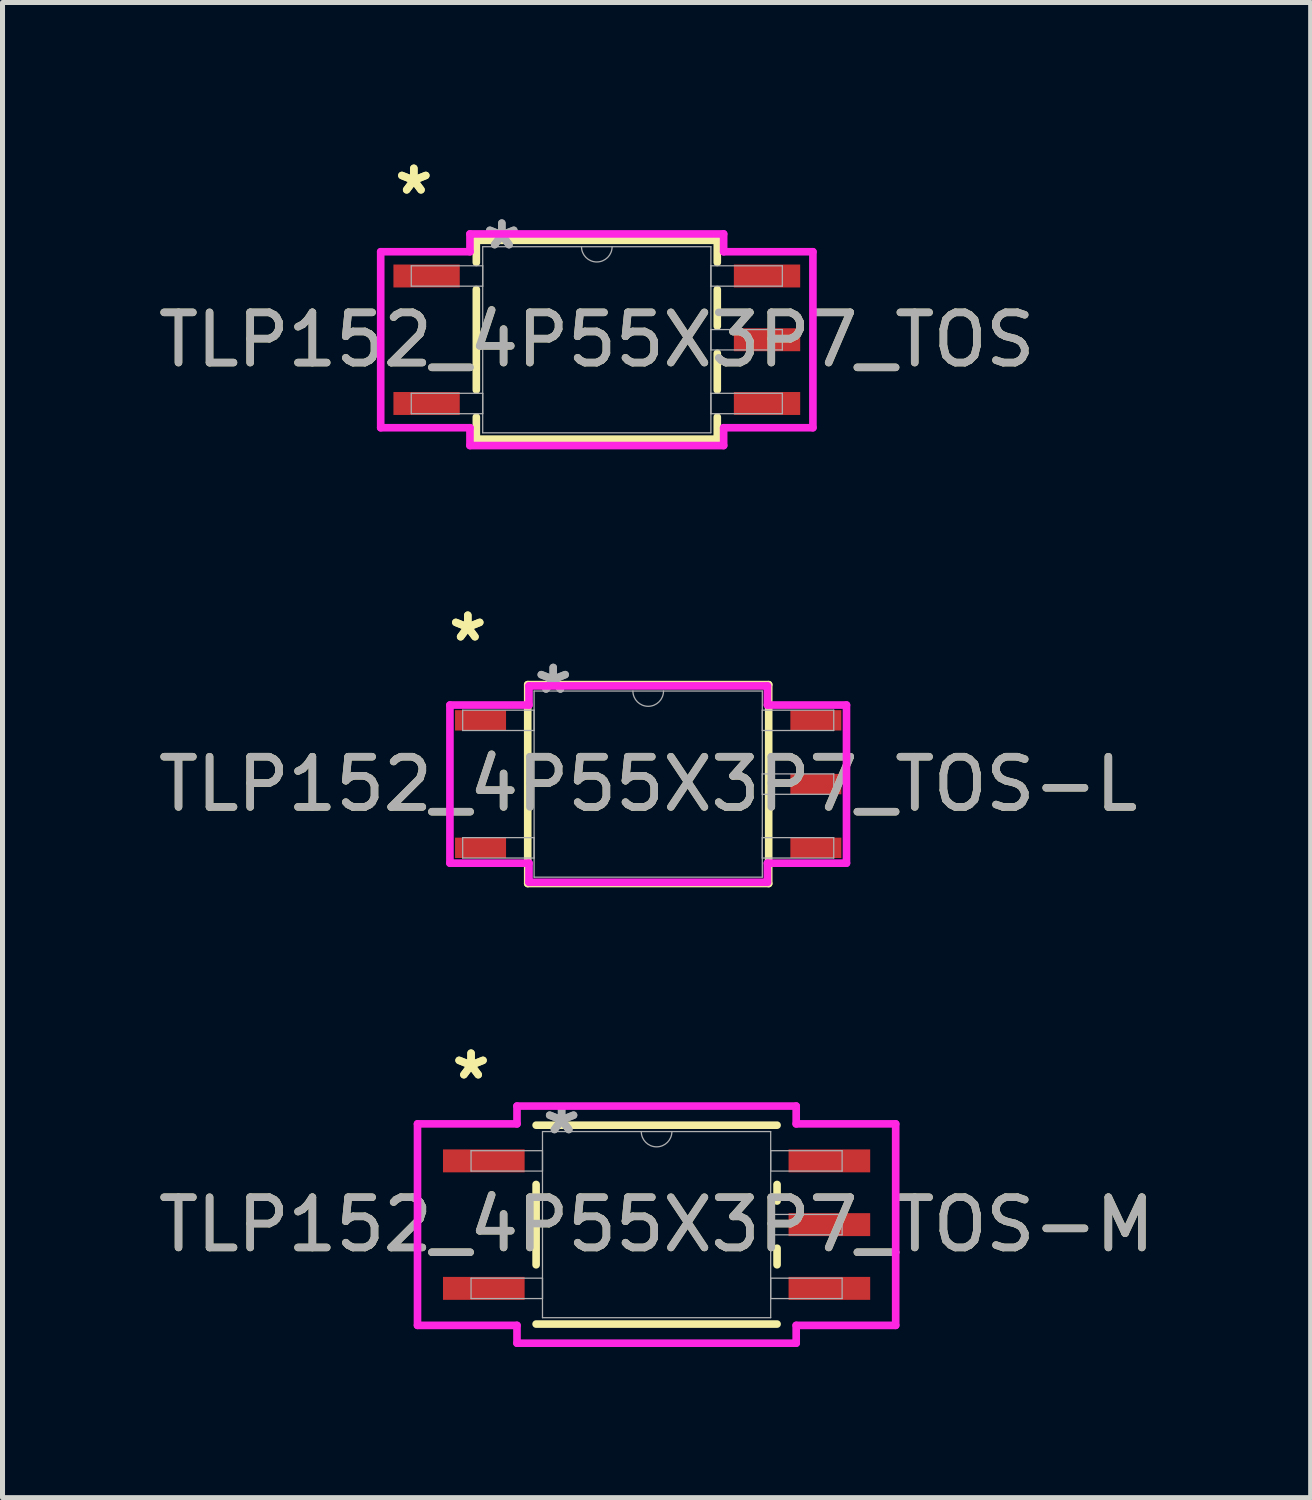
<source format=kicad_pcb>
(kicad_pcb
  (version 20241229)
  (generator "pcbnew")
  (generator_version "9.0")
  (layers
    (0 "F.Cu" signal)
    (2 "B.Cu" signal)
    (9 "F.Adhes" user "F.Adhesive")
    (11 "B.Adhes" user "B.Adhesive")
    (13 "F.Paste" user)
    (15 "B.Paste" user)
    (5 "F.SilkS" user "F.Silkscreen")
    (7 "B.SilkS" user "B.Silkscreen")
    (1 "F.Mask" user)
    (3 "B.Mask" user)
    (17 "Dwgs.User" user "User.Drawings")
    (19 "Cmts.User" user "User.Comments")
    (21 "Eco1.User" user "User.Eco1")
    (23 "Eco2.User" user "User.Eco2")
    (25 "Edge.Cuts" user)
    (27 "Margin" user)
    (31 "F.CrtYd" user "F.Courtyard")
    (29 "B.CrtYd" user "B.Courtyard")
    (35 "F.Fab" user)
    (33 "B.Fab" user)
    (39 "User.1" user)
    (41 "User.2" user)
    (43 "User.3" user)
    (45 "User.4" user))
  (footprint "TLP152_4P55X3P7_TOS"
    (layer "F.Cu")
    (at 8.839 3.718)
    (property "Reference" "TLP152_4P55X3P7_TOS" (at 0 0 0) (unlocked yes) (layer "F.SilkS") (effects (font (size 1 1) (thickness 0.15))))
    (attr smd)
    (fp_line (start -2.4 -1.981) (end -2.4 -1.54) (stroke (width 0.152) (type solid)) (layer "F.SilkS"))
    (fp_line (start -2.4 -1) (end -2.4 1) (stroke (width 0.152) (type solid)) (layer "F.SilkS"))
    (fp_line (start -2.4 1.54) (end -2.4 1.981) (stroke (width 0.152) (type solid)) (layer "F.SilkS"))
    (fp_line (start -2.4 1.981) (end 2.4 1.981) (stroke (width 0.152) (type solid)) (layer "F.SilkS"))
    (fp_line (start 2.4 -1.981) (end -2.4 -1.981) (stroke (width 0.152) (type solid)) (layer "F.SilkS"))
    (fp_line (start 2.4 -1.54) (end 2.4 -1.981) (stroke (width 0.152) (type solid)) (layer "F.SilkS"))
    (fp_line (start 2.4 -0.27) (end 2.4 -1) (stroke (width 0.152) (type solid)) (layer "F.SilkS"))
    (fp_line (start 2.4 1) (end 2.4 0.27) (stroke (width 0.152) (type solid)) (layer "F.SilkS"))
    (fp_line (start 2.4 1.981) (end 2.4 1.54) (stroke (width 0.152) (type solid)) (layer "F.SilkS"))
    (fp_line (start -4.305 -1.753) (end -2.527 -1.753) (stroke (width 0.152) (type solid)) (layer "F.CrtYd"))
    (fp_line (start -4.305 1.753) (end -4.305 -1.753) (stroke (width 0.152) (type solid)) (layer "F.CrtYd"))
    (fp_line (start -4.305 1.753) (end -2.527 1.753) (stroke (width 0.152) (type solid)) (layer "F.CrtYd"))
    (fp_line (start -2.527 -2.108) (end 2.527 -2.108) (stroke (width 0.152) (type solid)) (layer "F.CrtYd"))
    (fp_line (start -2.527 -1.753) (end -2.527 -2.108) (stroke (width 0.152) (type solid)) (layer "F.CrtYd"))
    (fp_line (start -2.527 2.108) (end -2.527 1.753) (stroke (width 0.152) (type solid)) (layer "F.CrtYd"))
    (fp_line (start 2.527 -2.108) (end 2.527 -1.753) (stroke (width 0.152) (type solid)) (layer "F.CrtYd"))
    (fp_line (start 2.527 1.753) (end 2.527 2.108) (stroke (width 0.152) (type solid)) (layer "F.CrtYd"))
    (fp_line (start 2.527 2.108) (end -2.527 2.108) (stroke (width 0.152) (type solid)) (layer "F.CrtYd"))
    (fp_line (start 4.305 -1.753) (end 2.527 -1.753) (stroke (width 0.152) (type solid)) (layer "F.CrtYd"))
    (fp_line (start 4.305 -1.753) (end 4.305 1.753) (stroke (width 0.152) (type solid)) (layer "F.CrtYd"))
    (fp_line (start 4.305 1.753) (end 2.527 1.753) (stroke (width 0.152) (type solid)) (layer "F.CrtYd"))
    (fp_line (start -3.696 -1.473) (end -3.696 -1.067) (stroke (width 0.025) (type solid)) (layer "F.Fab"))
    (fp_line (start -3.696 -1.067) (end -2.273 -1.067) (stroke (width 0.025) (type solid)) (layer "F.Fab"))
    (fp_line (start -3.696 1.067) (end -3.696 1.473) (stroke (width 0.025) (type solid)) (layer "F.Fab"))
    (fp_line (start -3.696 1.473) (end -2.273 1.473) (stroke (width 0.025) (type solid)) (layer "F.Fab"))
    (fp_line (start -2.273 -1.854) (end -2.273 1.854) (stroke (width 0.025) (type solid)) (layer "F.Fab"))
    (fp_line (start -2.273 -1.473) (end -3.696 -1.473) (stroke (width 0.025) (type solid)) (layer "F.Fab"))
    (fp_line (start -2.273 -1.067) (end -2.273 -1.473) (stroke (width 0.025) (type solid)) (layer "F.Fab"))
    (fp_line (start -2.273 1.067) (end -3.696 1.067) (stroke (width 0.025) (type solid)) (layer "F.Fab"))
    (fp_line (start -2.273 1.473) (end -2.273 1.067) (stroke (width 0.025) (type solid)) (layer "F.Fab"))
    (fp_line (start -2.273 1.854) (end 2.273 1.854) (stroke (width 0.025) (type solid)) (layer "F.Fab"))
    (fp_line (start 2.273 -1.854) (end -2.273 -1.854) (stroke (width 0.025) (type solid)) (layer "F.Fab"))
    (fp_line (start 2.273 -1.473) (end 2.273 -1.067) (stroke (width 0.025) (type solid)) (layer "F.Fab"))
    (fp_line (start 2.273 -1.067) (end 3.696 -1.067) (stroke (width 0.025) (type solid)) (layer "F.Fab"))
    (fp_line (start 2.273 -0.203) (end 2.273 0.203) (stroke (width 0.025) (type solid)) (layer "F.Fab"))
    (fp_line (start 2.273 0.203) (end 3.696 0.203) (stroke (width 0.025) (type solid)) (layer "F.Fab"))
    (fp_line (start 2.273 1.067) (end 2.273 1.473) (stroke (width 0.025) (type solid)) (layer "F.Fab"))
    (fp_line (start 2.273 1.473) (end 3.696 1.473) (stroke (width 0.025) (type solid)) (layer "F.Fab"))
    (fp_line (start 2.273 1.854) (end 2.273 -1.854) (stroke (width 0.025) (type solid)) (layer "F.Fab"))
    (fp_line (start 3.696 -1.473) (end 2.273 -1.473) (stroke (width 0.025) (type solid)) (layer "F.Fab"))
    (fp_line (start 3.696 -1.067) (end 3.696 -1.473) (stroke (width 0.025) (type solid)) (layer "F.Fab"))
    (fp_line (start 3.696 -0.203) (end 2.273 -0.203) (stroke (width 0.025) (type solid)) (layer "F.Fab"))
    (fp_line (start 3.696 0.203) (end 3.696 -0.203) (stroke (width 0.025) (type solid)) (layer "F.Fab"))
    (fp_line (start 3.696 1.067) (end 2.273 1.067) (stroke (width 0.025) (type solid)) (layer "F.Fab"))
    (fp_line (start 3.696 1.473) (end 3.696 1.067) (stroke (width 0.025) (type solid)) (layer "F.Fab"))
    (fp_arc (start 0.3048 -1.8542) (mid 0 -1.5494) (end -0.3048 -1.8542) (stroke (width 0.0254) (type solid)) (layer "F.Fab"))
    (fp_text user "*" (at -3.645 -2.87 0) (unlocked yes) (layer "F.SilkS") (effects (font (size 1 1) (thickness 0.15))))
    (fp_text user "*" (at -3.645 -2.87 0) (layer "F.SilkS") (effects (font (size 1 1) (thickness 0.15))))
    (fp_text user "*" (at -1.892 -1.778 0) (layer "F.Fab") (effects (font (size 1 1) (thickness 0.15))))
    (fp_text user "*" (at -1.892 -1.778 0) (unlocked yes) (layer "F.Fab") (effects (font (size 1 1) (thickness 0.15))))
    (fp_text user "${REFERENCE}" (at 0 0 0) (unlocked yes) (layer "F.Fab") (effects (font (size 1 1) (thickness 0.15))))
    (pad "1" smd rect (at -3.391 -1.27) (size 1.321 0.457) (layers "F.Cu" "F.Mask" "F.Paste"))
    (pad "3" smd rect (at -3.391 1.27) (size 1.321 0.457) (layers "F.Cu" "F.Mask" "F.Paste"))
    (pad "4" smd rect (at 3.391 1.27) (size 1.321 0.457) (layers "F.Cu" "F.Mask" "F.Paste"))
    (pad "5" smd rect (at 3.391 0) (size 1.321 0.457) (layers "F.Cu" "F.Mask" "F.Paste"))
    (pad "6" smd rect (at 3.391 -1.27) (size 1.321 0.457) (layers "F.Cu" "F.Mask" "F.Paste")))
  (footprint "TLP152_4P55X3P7_TOS-M"
    (layer "F.Cu")
    (at 10.03 21.346)
    (property "Reference" "TLP152_4P55X3P7_TOS-M" (at 0 0 0) (unlocked yes) (layer "F.SilkS") (effects (font (size 1 1) (thickness 0.15))))
    (attr smd)
    (fp_line (start -2.4 -0.8) (end -2.4 0.8) (stroke (width 0.152) (type solid)) (layer "F.SilkS"))
    (fp_line (start -2.4 1.981) (end 2.4 1.981) (stroke (width 0.152) (type solid)) (layer "F.SilkS"))
    (fp_line (start 2.4 -1.981) (end -2.4 -1.981) (stroke (width 0.152) (type solid)) (layer "F.SilkS"))
    (fp_line (start 2.4 -0.47) (end 2.4 -0.8) (stroke (width 0.152) (type solid)) (layer "F.SilkS"))
    (fp_line (start 2.4 0.8) (end 2.4 0.47) (stroke (width 0.152) (type solid)) (layer "F.SilkS"))
    (fp_line (start -4.763 -2.007) (end -2.781 -2.007) (stroke (width 0.152) (type solid)) (layer "F.CrtYd"))
    (fp_line (start -4.763 2.007) (end -4.763 -2.007) (stroke (width 0.152) (type solid)) (layer "F.CrtYd"))
    (fp_line (start -4.763 2.007) (end -2.781 2.007) (stroke (width 0.152) (type solid)) (layer "F.CrtYd"))
    (fp_line (start -2.781 -2.362) (end 2.781 -2.362) (stroke (width 0.152) (type solid)) (layer "F.CrtYd"))
    (fp_line (start -2.781 -2.007) (end -2.781 -2.362) (stroke (width 0.152) (type solid)) (layer "F.CrtYd"))
    (fp_line (start -2.781 2.362) (end -2.781 2.007) (stroke (width 0.152) (type solid)) (layer "F.CrtYd"))
    (fp_line (start 2.781 -2.362) (end 2.781 -2.007) (stroke (width 0.152) (type solid)) (layer "F.CrtYd"))
    (fp_line (start 2.781 2.007) (end 2.781 2.362) (stroke (width 0.152) (type solid)) (layer "F.CrtYd"))
    (fp_line (start 2.781 2.362) (end -2.781 2.362) (stroke (width 0.152) (type solid)) (layer "F.CrtYd"))
    (fp_line (start 4.763 -2.007) (end 2.781 -2.007) (stroke (width 0.152) (type solid)) (layer "F.CrtYd"))
    (fp_line (start 4.763 -2.007) (end 4.763 2.007) (stroke (width 0.152) (type solid)) (layer "F.CrtYd"))
    (fp_line (start 4.763 2.007) (end 2.781 2.007) (stroke (width 0.152) (type solid)) (layer "F.CrtYd"))
    (fp_line (start -3.696 -1.473) (end -3.696 -1.067) (stroke (width 0.025) (type solid)) (layer "F.Fab"))
    (fp_line (start -3.696 -1.067) (end -2.273 -1.067) (stroke (width 0.025) (type solid)) (layer "F.Fab"))
    (fp_line (start -3.696 1.067) (end -3.696 1.473) (stroke (width 0.025) (type solid)) (layer "F.Fab"))
    (fp_line (start -3.696 1.473) (end -2.273 1.473) (stroke (width 0.025) (type solid)) (layer "F.Fab"))
    (fp_line (start -2.273 -1.854) (end -2.273 1.854) (stroke (width 0.025) (type solid)) (layer "F.Fab"))
    (fp_line (start -2.273 -1.473) (end -3.696 -1.473) (stroke (width 0.025) (type solid)) (layer "F.Fab"))
    (fp_line (start -2.273 -1.067) (end -2.273 -1.473) (stroke (width 0.025) (type solid)) (layer "F.Fab"))
    (fp_line (start -2.273 1.067) (end -3.696 1.067) (stroke (width 0.025) (type solid)) (layer "F.Fab"))
    (fp_line (start -2.273 1.473) (end -2.273 1.067) (stroke (width 0.025) (type solid)) (layer "F.Fab"))
    (fp_line (start -2.273 1.854) (end 2.273 1.854) (stroke (width 0.025) (type solid)) (layer "F.Fab"))
    (fp_line (start 2.273 -1.854) (end -2.273 -1.854) (stroke (width 0.025) (type solid)) (layer "F.Fab"))
    (fp_line (start 2.273 -1.473) (end 2.273 -1.067) (stroke (width 0.025) (type solid)) (layer "F.Fab"))
    (fp_line (start 2.273 -1.067) (end 3.696 -1.067) (stroke (width 0.025) (type solid)) (layer "F.Fab"))
    (fp_line (start 2.273 -0.203) (end 2.273 0.203) (stroke (width 0.025) (type solid)) (layer "F.Fab"))
    (fp_line (start 2.273 0.203) (end 3.696 0.203) (stroke (width 0.025) (type solid)) (layer "F.Fab"))
    (fp_line (start 2.273 1.067) (end 2.273 1.473) (stroke (width 0.025) (type solid)) (layer "F.Fab"))
    (fp_line (start 2.273 1.473) (end 3.696 1.473) (stroke (width 0.025) (type solid)) (layer "F.Fab"))
    (fp_line (start 2.273 1.854) (end 2.273 -1.854) (stroke (width 0.025) (type solid)) (layer "F.Fab"))
    (fp_line (start 3.696 -1.473) (end 2.273 -1.473) (stroke (width 0.025) (type solid)) (layer "F.Fab"))
    (fp_line (start 3.696 -1.067) (end 3.696 -1.473) (stroke (width 0.025) (type solid)) (layer "F.Fab"))
    (fp_line (start 3.696 -0.203) (end 2.273 -0.203) (stroke (width 0.025) (type solid)) (layer "F.Fab"))
    (fp_line (start 3.696 0.203) (end 3.696 -0.203) (stroke (width 0.025) (type solid)) (layer "F.Fab"))
    (fp_line (start 3.696 1.067) (end 2.273 1.067) (stroke (width 0.025) (type solid)) (layer "F.Fab"))
    (fp_line (start 3.696 1.473) (end 3.696 1.067) (stroke (width 0.025) (type solid)) (layer "F.Fab"))
    (fp_arc (start 0.3048 -1.8542) (mid 0 -1.5494) (end -0.3048 -1.8542) (stroke (width 0.0254) (type solid)) (layer "F.Fab"))
    (fp_text user "*" (at -3.696 -2.87 0) (unlocked yes) (layer "F.SilkS") (effects (font (size 1 1) (thickness 0.15))))
    (fp_text user "*" (at -3.696 -2.87 0) (layer "F.SilkS") (effects (font (size 1 1) (thickness 0.15))))
    (fp_text user "*" (at -1.892 -1.778 0) (unlocked yes) (layer "F.Fab") (effects (font (size 1 1) (thickness 0.15))))
    (fp_text user "${REFERENCE}" (at 0 0 0) (unlocked yes) (layer "F.Fab") (effects (font (size 1 1) (thickness 0.15))))
    (fp_text user "*" (at -1.892 -1.778 0) (layer "F.Fab") (effects (font (size 1 1) (thickness 0.15))))
    (pad "1" smd rect (at -3.442 -1.27) (size 1.626 0.457) (layers "F.Cu" "F.Mask" "F.Paste"))
    (pad "3" smd rect (at -3.442 1.27) (size 1.626 0.457) (layers "F.Cu" "F.Mask" "F.Paste"))
    (pad "4" smd rect (at 3.442 1.27) (size 1.626 0.457) (layers "F.Cu" "F.Mask" "F.Paste"))
    (pad "5" smd rect (at 3.442 0) (size 1.626 0.457) (layers "F.Cu" "F.Mask" "F.Paste"))
    (pad "6" smd rect (at 3.442 -1.27) (size 1.626 0.457) (layers "F.Cu" "F.Mask" "F.Paste")))
  (footprint "TLP152_4P55X3P7_TOS-L"
    (layer "F.Cu")
    (at 9.863 12.57)
    (property "Reference" "TLP152_4P55X3P7_TOS-L" (at 0 0 0) (unlocked yes) (layer "F.SilkS") (effects (font (size 1 1) (thickness 0.15))))
    (attr smd)
    (fp_line (start -2.4 -1.981) (end -2.4 1.981) (stroke (width 0.152) (type solid)) (layer "F.SilkS"))
    (fp_line (start -2.4 1.981) (end 2.4 1.981) (stroke (width 0.152) (type solid)) (layer "F.SilkS"))
    (fp_line (start 2.4 -1.981) (end -2.4 -1.981) (stroke (width 0.152) (type solid)) (layer "F.SilkS"))
    (fp_line (start 2.4 1.981) (end 2.4 -1.981) (stroke (width 0.152) (type solid)) (layer "F.SilkS"))
    (fp_line (start -3.95 -1.575) (end -2.375 -1.575) (stroke (width 0.152) (type solid)) (layer "F.CrtYd"))
    (fp_line (start -3.95 1.575) (end -3.95 -1.575) (stroke (width 0.152) (type solid)) (layer "F.CrtYd"))
    (fp_line (start -3.95 1.575) (end -2.375 1.575) (stroke (width 0.152) (type solid)) (layer "F.CrtYd"))
    (fp_line (start -2.375 -1.956) (end 2.375 -1.956) (stroke (width 0.152) (type solid)) (layer "F.CrtYd"))
    (fp_line (start -2.375 -1.575) (end -2.375 -1.956) (stroke (width 0.152) (type solid)) (layer "F.CrtYd"))
    (fp_line (start -2.375 1.956) (end -2.375 1.575) (stroke (width 0.152) (type solid)) (layer "F.CrtYd"))
    (fp_line (start 2.375 -1.956) (end 2.375 -1.575) (stroke (width 0.152) (type solid)) (layer "F.CrtYd"))
    (fp_line (start 2.375 1.575) (end 2.375 1.956) (stroke (width 0.152) (type solid)) (layer "F.CrtYd"))
    (fp_line (start 2.375 1.956) (end -2.375 1.956) (stroke (width 0.152) (type solid)) (layer "F.CrtYd"))
    (fp_line (start 3.95 -1.575) (end 2.375 -1.575) (stroke (width 0.152) (type solid)) (layer "F.CrtYd"))
    (fp_line (start 3.95 -1.575) (end 3.95 1.575) (stroke (width 0.152) (type solid)) (layer "F.CrtYd"))
    (fp_line (start 3.95 1.575) (end 2.375 1.575) (stroke (width 0.152) (type solid)) (layer "F.CrtYd"))
    (fp_line (start -3.696 -1.473) (end -3.696 -1.067) (stroke (width 0.025) (type solid)) (layer "F.Fab"))
    (fp_line (start -3.696 -1.067) (end -2.273 -1.067) (stroke (width 0.025) (type solid)) (layer "F.Fab"))
    (fp_line (start -3.696 1.067) (end -3.696 1.473) (stroke (width 0.025) (type solid)) (layer "F.Fab"))
    (fp_line (start -3.696 1.473) (end -2.273 1.473) (stroke (width 0.025) (type solid)) (layer "F.Fab"))
    (fp_line (start -2.273 -1.854) (end -2.273 1.854) (stroke (width 0.025) (type solid)) (layer "F.Fab"))
    (fp_line (start -2.273 -1.473) (end -3.696 -1.473) (stroke (width 0.025) (type solid)) (layer "F.Fab"))
    (fp_line (start -2.273 -1.067) (end -2.273 -1.473) (stroke (width 0.025) (type solid)) (layer "F.Fab"))
    (fp_line (start -2.273 1.067) (end -3.696 1.067) (stroke (width 0.025) (type solid)) (layer "F.Fab"))
    (fp_line (start -2.273 1.473) (end -2.273 1.067) (stroke (width 0.025) (type solid)) (layer "F.Fab"))
    (fp_line (start -2.273 1.854) (end 2.273 1.854) (stroke (width 0.025) (type solid)) (layer "F.Fab"))
    (fp_line (start 2.273 -1.854) (end -2.273 -1.854) (stroke (width 0.025) (type solid)) (layer "F.Fab"))
    (fp_line (start 2.273 -1.473) (end 2.273 -1.067) (stroke (width 0.025) (type solid)) (layer "F.Fab"))
    (fp_line (start 2.273 -1.067) (end 3.696 -1.067) (stroke (width 0.025) (type solid)) (layer "F.Fab"))
    (fp_line (start 2.273 -0.203) (end 2.273 0.203) (stroke (width 0.025) (type solid)) (layer "F.Fab"))
    (fp_line (start 2.273 0.203) (end 3.696 0.203) (stroke (width 0.025) (type solid)) (layer "F.Fab"))
    (fp_line (start 2.273 1.067) (end 2.273 1.473) (stroke (width 0.025) (type solid)) (layer "F.Fab"))
    (fp_line (start 2.273 1.473) (end 3.696 1.473) (stroke (width 0.025) (type solid)) (layer "F.Fab"))
    (fp_line (start 2.273 1.854) (end 2.273 -1.854) (stroke (width 0.025) (type solid)) (layer "F.Fab"))
    (fp_line (start 3.696 -1.473) (end 2.273 -1.473) (stroke (width 0.025) (type solid)) (layer "F.Fab"))
    (fp_line (start 3.696 -1.067) (end 3.696 -1.473) (stroke (width 0.025) (type solid)) (layer "F.Fab"))
    (fp_line (start 3.696 -0.203) (end 2.273 -0.203) (stroke (width 0.025) (type solid)) (layer "F.Fab"))
    (fp_line (start 3.696 0.203) (end 3.696 -0.203) (stroke (width 0.025) (type solid)) (layer "F.Fab"))
    (fp_line (start 3.696 1.067) (end 2.273 1.067) (stroke (width 0.025) (type solid)) (layer "F.Fab"))
    (fp_line (start 3.696 1.473) (end 3.696 1.067) (stroke (width 0.025) (type solid)) (layer "F.Fab"))
    (fp_arc (start 0.3048 -1.8542) (mid 0 -1.5494) (end -0.3048 -1.8542) (stroke (width 0.0254) (type solid)) (layer "F.Fab"))
    (fp_text user "*" (at -3.594 -2.819 0) (unlocked yes) (layer "F.SilkS") (effects (font (size 1 1) (thickness 0.15))))
    (fp_text user "*" (at -3.594 -2.819 0) (layer "F.SilkS") (effects (font (size 1 1) (thickness 0.15))))
    (fp_text user "*" (at -1.892 -1.778 0) (layer "F.Fab") (effects (font (size 1 1) (thickness 0.15))))
    (fp_text user "${REFERENCE}" (at 0 0 0) (unlocked yes) (layer "F.Fab") (effects (font (size 1 1) (thickness 0.15))))
    (fp_text user "*" (at -1.892 -1.778 0) (unlocked yes) (layer "F.Fab") (effects (font (size 1 1) (thickness 0.15))))
    (pad "1" smd rect (at -3.34 -1.27) (size 1.016 0.406) (layers "F.Cu" "F.Mask" "F.Paste"))
    (pad "3" smd rect (at -3.34 1.27) (size 1.016 0.406) (layers "F.Cu" "F.Mask" "F.Paste"))
    (pad "4" smd rect (at 3.34 1.27) (size 1.016 0.406) (layers "F.Cu" "F.Mask" "F.Paste"))
    (pad "5" smd rect (at 3.34 0) (size 1.016 0.406) (layers "F.Cu" "F.Mask" "F.Paste"))
    (pad "6" smd rect (at 3.34 -1.27) (size 1.016 0.406) (layers "F.Cu" "F.Mask" "F.Paste")))
  (gr_rect
    (start -3 -3)
    (end 23.06 26.785)
    (stroke (width 0.1) (type default))
    (fill no)
    (layer "Edge.Cuts")))
</source>
